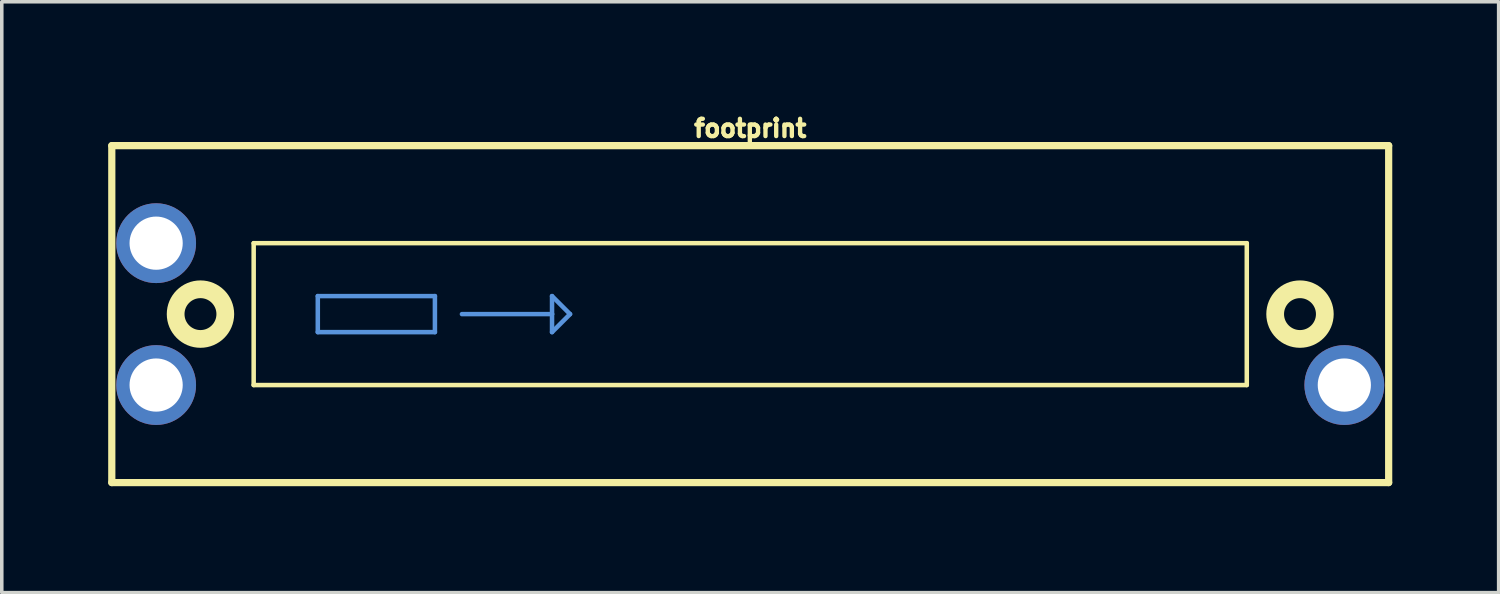
<source format=kicad_pcb>
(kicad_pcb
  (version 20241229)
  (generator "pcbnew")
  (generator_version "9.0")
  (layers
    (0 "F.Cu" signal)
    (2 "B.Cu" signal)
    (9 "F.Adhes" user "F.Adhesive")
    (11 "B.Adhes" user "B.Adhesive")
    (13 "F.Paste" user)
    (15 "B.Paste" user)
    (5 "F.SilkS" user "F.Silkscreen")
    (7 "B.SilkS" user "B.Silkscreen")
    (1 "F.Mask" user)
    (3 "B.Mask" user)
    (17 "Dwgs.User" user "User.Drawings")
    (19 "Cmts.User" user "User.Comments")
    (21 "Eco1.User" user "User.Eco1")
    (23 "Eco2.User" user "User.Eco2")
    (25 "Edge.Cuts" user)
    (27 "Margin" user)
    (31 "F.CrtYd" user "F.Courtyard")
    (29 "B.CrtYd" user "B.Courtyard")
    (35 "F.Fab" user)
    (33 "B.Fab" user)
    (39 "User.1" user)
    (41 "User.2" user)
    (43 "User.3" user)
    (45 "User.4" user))
  (footprint "footprint"
    (layer "F.Cu")
    (at 18.102 5.806)
    (property "Reference" "footprint" (at 0 -4.953 0) (layer "F.SilkS") (effects (font (size 0.488 0.488) (thickness 0.122)) (justify bottom)))
    (fp_line (start -18 -4.75) (end -18 4.75) (stroke (width 0.203) (type solid)) (layer "F.SilkS"))
    (fp_line (start -18 4.75) (end 18 4.75) (stroke (width 0.203) (type solid)) (layer "F.SilkS"))
    (fp_line (start -14 -2) (end -14 2) (stroke (width 0.127) (type solid)) (layer "F.SilkS"))
    (fp_line (start -14 2) (end 14 2) (stroke (width 0.127) (type solid)) (layer "F.SilkS"))
    (fp_line (start 14 -2) (end -14 -2) (stroke (width 0.127) (type solid)) (layer "F.SilkS"))
    (fp_line (start 14 2) (end 14 -2) (stroke (width 0.127) (type solid)) (layer "F.SilkS"))
    (fp_line (start 18 -4.75) (end -18 -4.75) (stroke (width 0.203) (type solid)) (layer "F.SilkS"))
    (fp_line (start 18 4.75) (end 18 -4.75) (stroke (width 0.203) (type solid)) (layer "F.SilkS"))
    (fp_circle (center -15.5 0) (end -14.8 0) (stroke (width 0.5) (type solid)) (fill no) (layer "F.SilkS"))
    (fp_circle (center 15.5 0) (end 16.2 0) (stroke (width 0.5) (type solid)) (fill no) (layer "F.SilkS"))
    (fp_line (start -12.192 -0.508) (end -8.89 -0.508) (stroke (width 0.127) (type solid)) (layer "Cmts.User"))
    (fp_line (start -12.192 0.508) (end -12.192 -0.508) (stroke (width 0.127) (type solid)) (layer "Cmts.User"))
    (fp_line (start -8.89 -0.508) (end -8.89 0.508) (stroke (width 0.127) (type solid)) (layer "Cmts.User"))
    (fp_line (start -8.89 0.508) (end -12.192 0.508) (stroke (width 0.127) (type solid)) (layer "Cmts.User"))
    (fp_line (start -8.128 0) (end -5.588 0) (stroke (width 0.127) (type solid)) (layer "Cmts.User"))
    (fp_line (start -5.588 -0.508) (end -5.588 0) (stroke (width 0.127) (type solid)) (layer "Cmts.User"))
    (fp_line (start -5.588 0) (end -5.588 0.508) (stroke (width 0.127) (type solid)) (layer "Cmts.User"))
    (fp_line (start -5.588 0.508) (end -5.08 0) (stroke (width 0.127) (type solid)) (layer "Cmts.User"))
    (fp_line (start -5.08 0) (end -5.588 -0.508) (stroke (width 0.127) (type solid)) (layer "Cmts.User"))
    (pad "BOTTOM" thru_hole circle (at 16.75 2) (size 2.25 2.25) (drill 1.5) (layers "*.Cu" "*.Mask"))
    (pad "TOP" thru_hole circle (at -16.75 2) (size 2.25 2.25) (drill 1.5) (layers "*.Cu" "*.Mask"))
    (pad "WIPER" thru_hole circle (at -16.75 -2) (size 2.25 2.25) (drill 1.5) (layers "*.Cu" "*.Mask")))
  (gr_rect
    (start -3 -3)
    (end 39.203 13.658)
    (stroke (width 0.1) (type default))
    (fill no)
    (layer "Edge.Cuts")))
</source>
